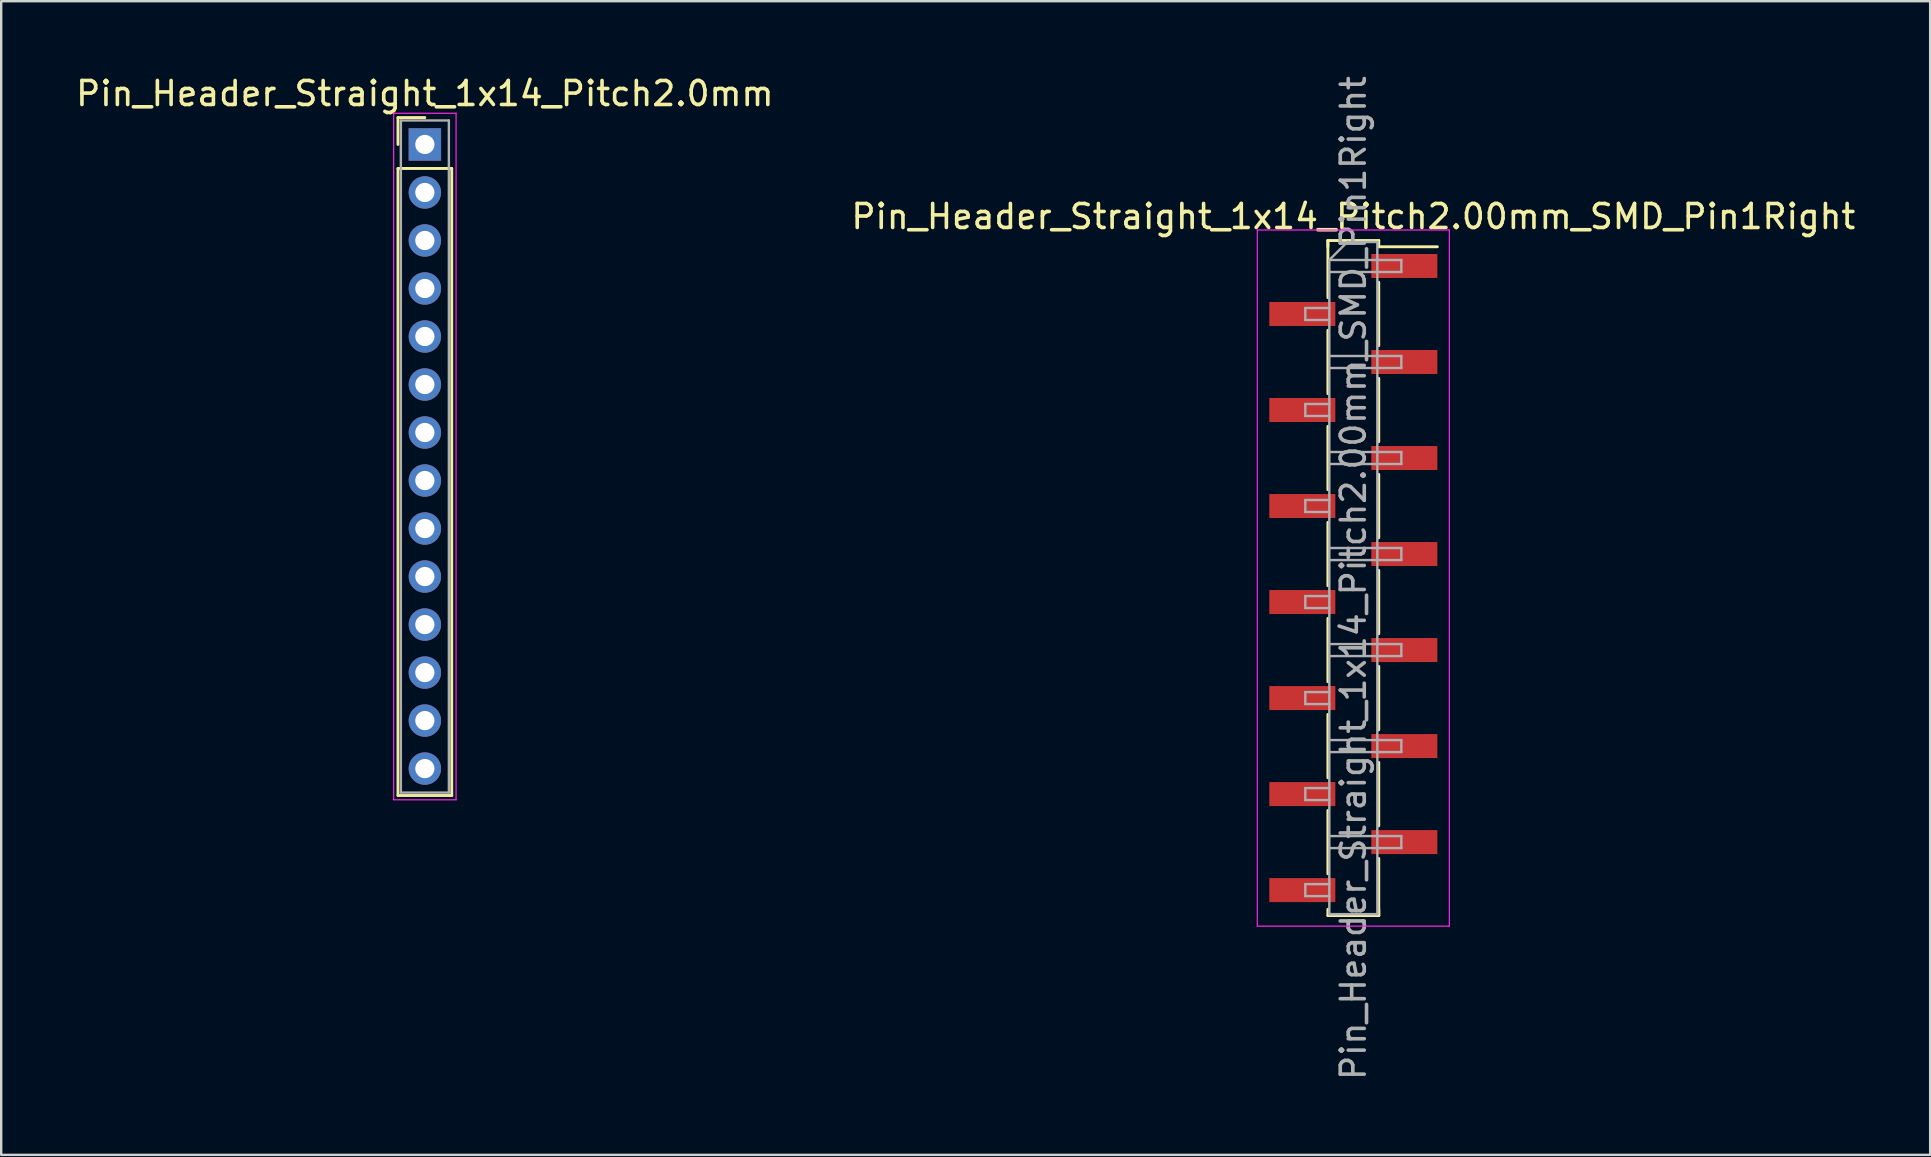
<source format=kicad_pcb>
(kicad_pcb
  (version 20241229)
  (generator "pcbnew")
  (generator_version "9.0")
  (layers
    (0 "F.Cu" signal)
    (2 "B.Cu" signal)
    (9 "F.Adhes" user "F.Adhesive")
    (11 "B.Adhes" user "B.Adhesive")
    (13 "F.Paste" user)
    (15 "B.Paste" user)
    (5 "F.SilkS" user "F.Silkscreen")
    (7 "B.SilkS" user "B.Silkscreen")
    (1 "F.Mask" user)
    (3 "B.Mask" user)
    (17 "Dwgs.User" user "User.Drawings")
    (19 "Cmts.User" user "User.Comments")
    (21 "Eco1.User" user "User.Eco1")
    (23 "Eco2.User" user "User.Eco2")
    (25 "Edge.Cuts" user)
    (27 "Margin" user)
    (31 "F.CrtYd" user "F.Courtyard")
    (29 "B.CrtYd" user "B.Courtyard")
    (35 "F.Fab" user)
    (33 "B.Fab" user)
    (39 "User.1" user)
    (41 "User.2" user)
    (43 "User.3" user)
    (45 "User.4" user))
  (footprint "Pin_Header_Straight_1x14_Pitch2.00mm_SMD_Pin1Right"
    (layer "F.Cu")
    (at 53.327 21.03)
    (property "Reference" "Pin_Header_Straight_1x14_Pitch2.00mm_SMD_Pin1Right" (at 0 -15.06 0) (layer "F.SilkS") (effects (font (size 1 1) (thickness 0.15))))
    (attr smd)
    (fp_line (start -1.06 -14.06) (end -1.06 -11.68) (stroke (width 0.12) (type solid)) (layer "F.SilkS"))
    (fp_line (start -1.06 -14.06) (end 1.06 -14.06) (stroke (width 0.12) (type solid)) (layer "F.SilkS"))
    (fp_line (start -1.06 -13.8) (end -1.06 -14.06) (stroke (width 0.12) (type solid)) (layer "F.SilkS"))
    (fp_line (start -1.06 -10.32) (end -1.06 -7.68) (stroke (width 0.12) (type solid)) (layer "F.SilkS"))
    (fp_line (start -1.06 -6.32) (end -1.06 -3.68) (stroke (width 0.12) (type solid)) (layer "F.SilkS"))
    (fp_line (start -1.06 -2.32) (end -1.06 0.32) (stroke (width 0.12) (type solid)) (layer "F.SilkS"))
    (fp_line (start -1.06 1.68) (end -1.06 4.32) (stroke (width 0.12) (type solid)) (layer "F.SilkS"))
    (fp_line (start -1.06 5.68) (end -1.06 8.32) (stroke (width 0.12) (type solid)) (layer "F.SilkS"))
    (fp_line (start -1.06 9.68) (end -1.06 12.32) (stroke (width 0.12) (type solid)) (layer "F.SilkS"))
    (fp_line (start -1.06 13.8) (end -1.06 14.06) (stroke (width 0.12) (type solid)) (layer "F.SilkS"))
    (fp_line (start -1.06 14.06) (end 1.06 14.06) (stroke (width 0.12) (type solid)) (layer "F.SilkS"))
    (fp_line (start 1.06 -14.06) (end 1.06 -13.8) (stroke (width 0.12) (type solid)) (layer "F.SilkS"))
    (fp_line (start 1.06 -13.8) (end 3.5 -13.8) (stroke (width 0.12) (type solid)) (layer "F.SilkS"))
    (fp_line (start 1.06 -12.32) (end 1.06 -9.68) (stroke (width 0.12) (type solid)) (layer "F.SilkS"))
    (fp_line (start 1.06 -8.32) (end 1.06 -5.68) (stroke (width 0.12) (type solid)) (layer "F.SilkS"))
    (fp_line (start 1.06 -4.32) (end 1.06 -1.68) (stroke (width 0.12) (type solid)) (layer "F.SilkS"))
    (fp_line (start 1.06 -0.32) (end 1.06 2.32) (stroke (width 0.12) (type solid)) (layer "F.SilkS"))
    (fp_line (start 1.06 3.68) (end 1.06 6.32) (stroke (width 0.12) (type solid)) (layer "F.SilkS"))
    (fp_line (start 1.06 7.68) (end 1.06 10.32) (stroke (width 0.12) (type solid)) (layer "F.SilkS"))
    (fp_line (start 1.06 11.68) (end 1.06 14.06) (stroke (width 0.12) (type solid)) (layer "F.SilkS"))
    (fp_line (start 1.06 14.06) (end 1.06 13.8) (stroke (width 0.12) (type solid)) (layer "F.SilkS"))
    (fp_line (start -4 -14.5) (end -4 14.5) (stroke (width 0.05) (type solid)) (layer "F.CrtYd"))
    (fp_line (start -4 14.5) (end 4 14.5) (stroke (width 0.05) (type solid)) (layer "F.CrtYd"))
    (fp_line (start 4 -14.5) (end -4 -14.5) (stroke (width 0.05) (type solid)) (layer "F.CrtYd"))
    (fp_line (start 4 14.5) (end 4 -14.5) (stroke (width 0.05) (type solid)) (layer "F.CrtYd"))
    (fp_line (start -2 -11.25) (end -2 -10.75) (stroke (width 0.1) (type solid)) (layer "F.Fab"))
    (fp_line (start -2 -10.75) (end -1 -10.75) (stroke (width 0.1) (type solid)) (layer "F.Fab"))
    (fp_line (start -2 -7.25) (end -2 -6.75) (stroke (width 0.1) (type solid)) (layer "F.Fab"))
    (fp_line (start -2 -6.75) (end -1 -6.75) (stroke (width 0.1) (type solid)) (layer "F.Fab"))
    (fp_line (start -2 -3.25) (end -2 -2.75) (stroke (width 0.1) (type solid)) (layer "F.Fab"))
    (fp_line (start -2 -2.75) (end -1 -2.75) (stroke (width 0.1) (type solid)) (layer "F.Fab"))
    (fp_line (start -2 0.75) (end -2 1.25) (stroke (width 0.1) (type solid)) (layer "F.Fab"))
    (fp_line (start -2 1.25) (end -1 1.25) (stroke (width 0.1) (type solid)) (layer "F.Fab"))
    (fp_line (start -2 4.75) (end -2 5.25) (stroke (width 0.1) (type solid)) (layer "F.Fab"))
    (fp_line (start -2 5.25) (end -1 5.25) (stroke (width 0.1) (type solid)) (layer "F.Fab"))
    (fp_line (start -2 8.75) (end -2 9.25) (stroke (width 0.1) (type solid)) (layer "F.Fab"))
    (fp_line (start -2 9.25) (end -1 9.25) (stroke (width 0.1) (type solid)) (layer "F.Fab"))
    (fp_line (start -2 12.75) (end -2 13.25) (stroke (width 0.1) (type solid)) (layer "F.Fab"))
    (fp_line (start -2 13.25) (end -1 13.25) (stroke (width 0.1) (type solid)) (layer "F.Fab"))
    (fp_line (start -1 -13.25) (end -0.25 -14) (stroke (width 0.1) (type solid)) (layer "F.Fab"))
    (fp_line (start -1 -13.25) (end 2 -13.25) (stroke (width 0.1) (type solid)) (layer "F.Fab"))
    (fp_line (start -1 -11.25) (end -2 -11.25) (stroke (width 0.1) (type solid)) (layer "F.Fab"))
    (fp_line (start -1 -9.25) (end 2 -9.25) (stroke (width 0.1) (type solid)) (layer "F.Fab"))
    (fp_line (start -1 -7.25) (end -2 -7.25) (stroke (width 0.1) (type solid)) (layer "F.Fab"))
    (fp_line (start -1 -5.25) (end 2 -5.25) (stroke (width 0.1) (type solid)) (layer "F.Fab"))
    (fp_line (start -1 -3.25) (end -2 -3.25) (stroke (width 0.1) (type solid)) (layer "F.Fab"))
    (fp_line (start -1 -1.25) (end 2 -1.25) (stroke (width 0.1) (type solid)) (layer "F.Fab"))
    (fp_line (start -1 0.75) (end -2 0.75) (stroke (width 0.1) (type solid)) (layer "F.Fab"))
    (fp_line (start -1 2.75) (end 2 2.75) (stroke (width 0.1) (type solid)) (layer "F.Fab"))
    (fp_line (start -1 4.75) (end -2 4.75) (stroke (width 0.1) (type solid)) (layer "F.Fab"))
    (fp_line (start -1 6.75) (end 2 6.75) (stroke (width 0.1) (type solid)) (layer "F.Fab"))
    (fp_line (start -1 8.75) (end -2 8.75) (stroke (width 0.1) (type solid)) (layer "F.Fab"))
    (fp_line (start -1 10.75) (end 2 10.75) (stroke (width 0.1) (type solid)) (layer "F.Fab"))
    (fp_line (start -1 12.75) (end -2 12.75) (stroke (width 0.1) (type solid)) (layer "F.Fab"))
    (fp_line (start -1 14) (end -1 -13.25) (stroke (width 0.1) (type solid)) (layer "F.Fab"))
    (fp_line (start -0.25 -14) (end 1 -14) (stroke (width 0.1) (type solid)) (layer "F.Fab"))
    (fp_line (start 1 -14) (end 1 14) (stroke (width 0.1) (type solid)) (layer "F.Fab"))
    (fp_line (start 1 14) (end -1 14) (stroke (width 0.1) (type solid)) (layer "F.Fab"))
    (fp_line (start 2 -13.25) (end 2 -12.75) (stroke (width 0.1) (type solid)) (layer "F.Fab"))
    (fp_line (start 2 -12.75) (end -1 -12.75) (stroke (width 0.1) (type solid)) (layer "F.Fab"))
    (fp_line (start 2 -9.25) (end 2 -8.75) (stroke (width 0.1) (type solid)) (layer "F.Fab"))
    (fp_line (start 2 -8.75) (end -1 -8.75) (stroke (width 0.1) (type solid)) (layer "F.Fab"))
    (fp_line (start 2 -5.25) (end 2 -4.75) (stroke (width 0.1) (type solid)) (layer "F.Fab"))
    (fp_line (start 2 -4.75) (end -1 -4.75) (stroke (width 0.1) (type solid)) (layer "F.Fab"))
    (fp_line (start 2 -1.25) (end 2 -0.75) (stroke (width 0.1) (type solid)) (layer "F.Fab"))
    (fp_line (start 2 -0.75) (end -1 -0.75) (stroke (width 0.1) (type solid)) (layer "F.Fab"))
    (fp_line (start 2 2.75) (end 2 3.25) (stroke (width 0.1) (type solid)) (layer "F.Fab"))
    (fp_line (start 2 3.25) (end -1 3.25) (stroke (width 0.1) (type solid)) (layer "F.Fab"))
    (fp_line (start 2 6.75) (end 2 7.25) (stroke (width 0.1) (type solid)) (layer "F.Fab"))
    (fp_line (start 2 7.25) (end -1 7.25) (stroke (width 0.1) (type solid)) (layer "F.Fab"))
    (fp_line (start 2 10.75) (end 2 11.25) (stroke (width 0.1) (type solid)) (layer "F.Fab"))
    (fp_line (start 2 11.25) (end -1 11.25) (stroke (width 0.1) (type solid)) (layer "F.Fab"))
    (fp_text user "${REFERENCE}" (at 0 0 90) (layer "F.Fab") (effects (font (size 1 1) (thickness 0.15))))
    (pad "1" smd rect (at 2.125 -13) (size 2.75 1) (layers "F.Cu" "F.Mask" "F.Paste"))
    (pad "2" smd rect (at -2.125 -11) (size 2.75 1) (layers "F.Cu" "F.Mask" "F.Paste"))
    (pad "3" smd rect (at 2.125 -9) (size 2.75 1) (layers "F.Cu" "F.Mask" "F.Paste"))
    (pad "4" smd rect (at -2.125 -7) (size 2.75 1) (layers "F.Cu" "F.Mask" "F.Paste"))
    (pad "5" smd rect (at 2.125 -5) (size 2.75 1) (layers "F.Cu" "F.Mask" "F.Paste"))
    (pad "6" smd rect (at -2.125 -3) (size 2.75 1) (layers "F.Cu" "F.Mask" "F.Paste"))
    (pad "7" smd rect (at 2.125 -1) (size 2.75 1) (layers "F.Cu" "F.Mask" "F.Paste"))
    (pad "8" smd rect (at -2.125 1) (size 2.75 1) (layers "F.Cu" "F.Mask" "F.Paste"))
    (pad "9" smd rect (at 2.125 3) (size 2.75 1) (layers "F.Cu" "F.Mask" "F.Paste"))
    (pad "10" smd rect (at -2.125 5) (size 2.75 1) (layers "F.Cu" "F.Mask" "F.Paste"))
    (pad "11" smd rect (at 2.125 7) (size 2.75 1) (layers "F.Cu" "F.Mask" "F.Paste"))
    (pad "12" smd rect (at -2.125 9) (size 2.75 1) (layers "F.Cu" "F.Mask" "F.Paste"))
    (pad "13" smd rect (at 2.125 11) (size 2.75 1) (layers "F.Cu" "F.Mask" "F.Paste"))
    (pad "14" smd rect (at -2.125 13) (size 2.75 1) (layers "F.Cu" "F.Mask" "F.Paste")))
  (footprint "Pin_Header_Straight_1x14_Pitch2.0mm"
    (layer "F.Cu")
    (at 14.649 2.968)
    (property "Reference" "Pin_Header_Straight_1x14_Pitch2.0mm" (at 0 -2.12 0) (layer "F.SilkS") (effects (font (size 1 1) (thickness 0.15))))
    (attr through_hole)
    (fp_line (start -1.12 -1.12) (end 0 -1.12) (stroke (width 0.12) (type solid)) (layer "F.SilkS"))
    (fp_line (start -1.12 0) (end -1.12 -1.12) (stroke (width 0.12) (type solid)) (layer "F.SilkS"))
    (fp_line (start -1.12 1) (end -1.12 27.12) (stroke (width 0.12) (type solid)) (layer "F.SilkS"))
    (fp_line (start -1.12 27.12) (end 1.12 27.12) (stroke (width 0.12) (type solid)) (layer "F.SilkS"))
    (fp_line (start 1.12 1) (end -1.12 1) (stroke (width 0.12) (type solid)) (layer "F.SilkS"))
    (fp_line (start 1.12 27.12) (end 1.12 1) (stroke (width 0.12) (type solid)) (layer "F.SilkS"))
    (fp_line (start -1.3 -1.3) (end -1.3 27.3) (stroke (width 0.05) (type solid)) (layer "F.CrtYd"))
    (fp_line (start -1.3 27.3) (end 1.3 27.3) (stroke (width 0.05) (type solid)) (layer "F.CrtYd"))
    (fp_line (start 1.3 -1.3) (end -1.3 -1.3) (stroke (width 0.05) (type solid)) (layer "F.CrtYd"))
    (fp_line (start 1.3 27.3) (end 1.3 -1.3) (stroke (width 0.05) (type solid)) (layer "F.CrtYd"))
    (fp_line (start -1 -1) (end -1 27) (stroke (width 0.1) (type solid)) (layer "F.Fab"))
    (fp_line (start -1 27) (end 1 27) (stroke (width 0.1) (type solid)) (layer "F.Fab"))
    (fp_line (start 1 -1) (end -1 -1) (stroke (width 0.1) (type solid)) (layer "F.Fab"))
    (fp_line (start 1 27) (end 1 -1) (stroke (width 0.1) (type solid)) (layer "F.Fab"))
    (pad "1" thru_hole rect (at 0 0) (size 1.35 1.35) (drill 0.8) (layers "*.Cu" "*.Mask"))
    (pad "2" thru_hole oval (at 0 2) (size 1.35 1.35) (drill 0.8) (layers "*.Cu" "*.Mask"))
    (pad "3" thru_hole oval (at 0 4) (size 1.35 1.35) (drill 0.8) (layers "*.Cu" "*.Mask"))
    (pad "4" thru_hole oval (at 0 6) (size 1.35 1.35) (drill 0.8) (layers "*.Cu" "*.Mask"))
    (pad "5" thru_hole oval (at 0 8) (size 1.35 1.35) (drill 0.8) (layers "*.Cu" "*.Mask"))
    (pad "6" thru_hole oval (at 0 10) (size 1.35 1.35) (drill 0.8) (layers "*.Cu" "*.Mask"))
    (pad "7" thru_hole oval (at 0 12) (size 1.35 1.35) (drill 0.8) (layers "*.Cu" "*.Mask"))
    (pad "8" thru_hole oval (at 0 14) (size 1.35 1.35) (drill 0.8) (layers "*.Cu" "*.Mask"))
    (pad "9" thru_hole oval (at 0 16) (size 1.35 1.35) (drill 0.8) (layers "*.Cu" "*.Mask"))
    (pad "10" thru_hole oval (at 0 18) (size 1.35 1.35) (drill 0.8) (layers "*.Cu" "*.Mask"))
    (pad "11" thru_hole oval (at 0 20) (size 1.35 1.35) (drill 0.8) (layers "*.Cu" "*.Mask"))
    (pad "12" thru_hole oval (at 0 22) (size 1.35 1.35) (drill 0.8) (layers "*.Cu" "*.Mask"))
    (pad "13" thru_hole oval (at 0 24) (size 1.35 1.35) (drill 0.8) (layers "*.Cu" "*.Mask"))
    (pad "14" thru_hole oval (at 0 26) (size 1.35 1.35) (drill 0.8) (layers "*.Cu" "*.Mask")))
  (gr_rect
    (start -3 -3)
    (end 77.357 45.06)
    (stroke (width 0.1) (type default))
    (fill no)
    (layer "Edge.Cuts")))
</source>
